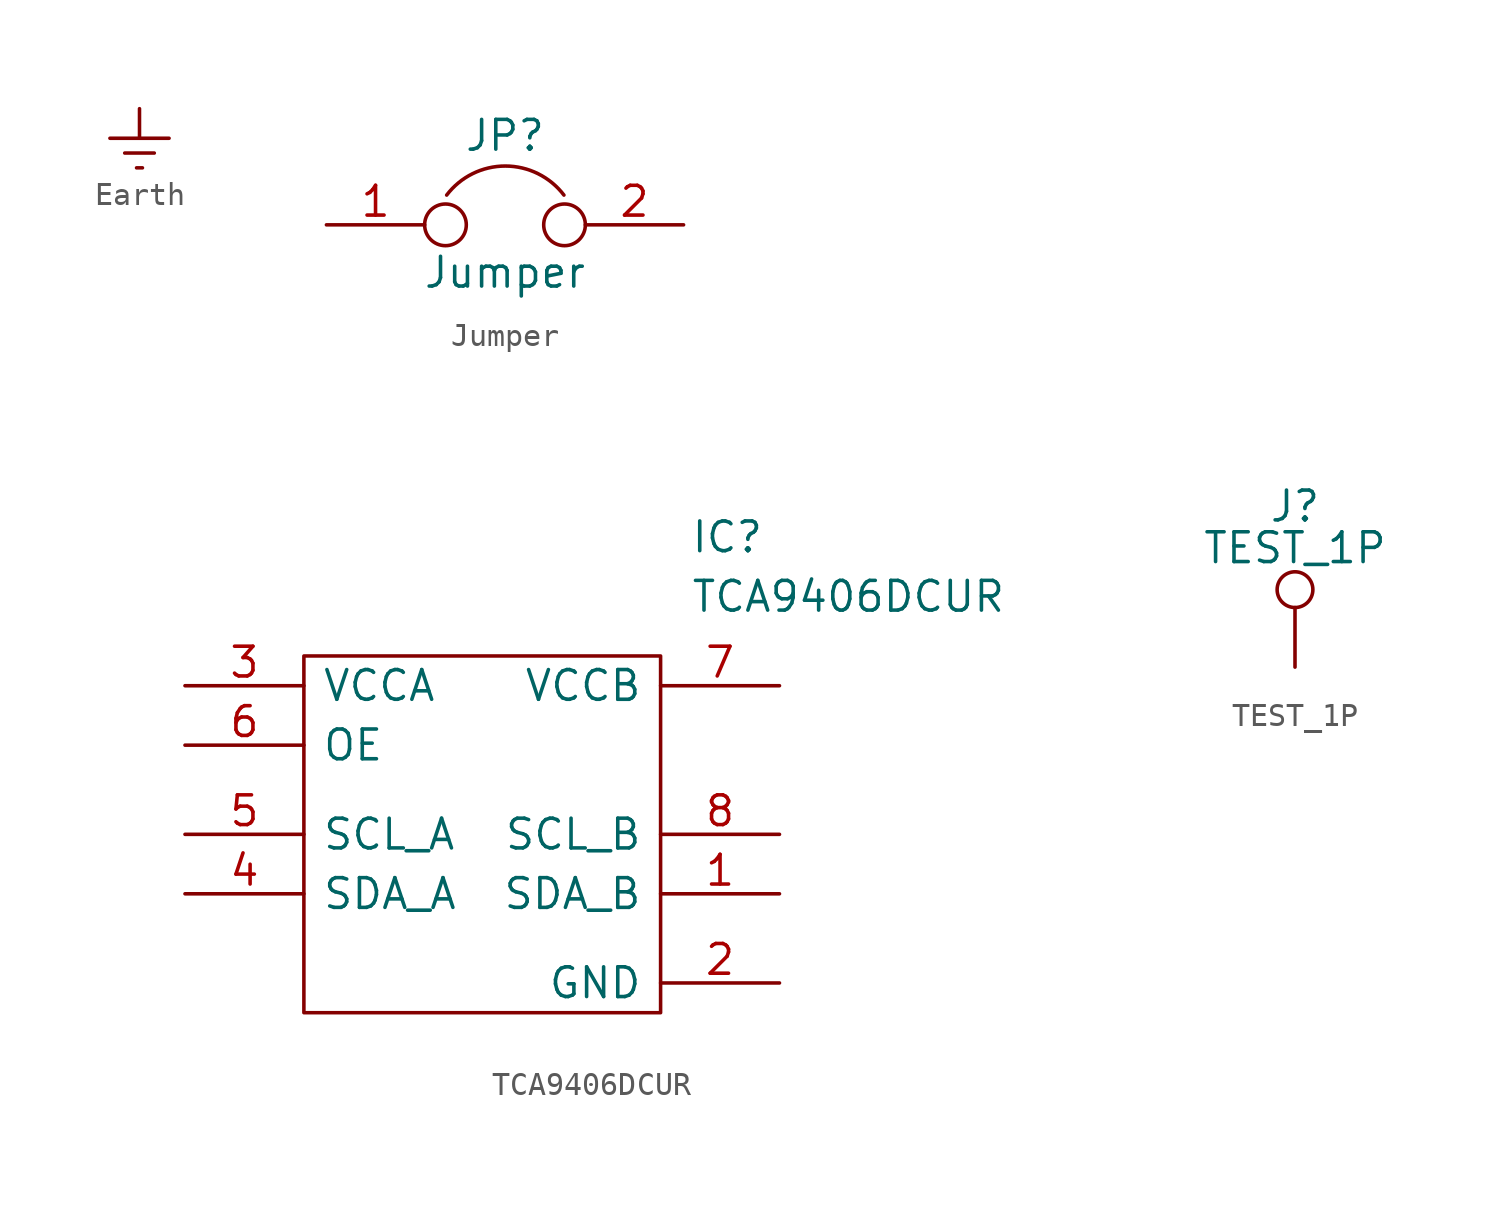
<source format=kicad_sym>
(kicad_symbol_lib
  (version 20211014)
  (generator kicad_symbol_editor)
  (symbol "Earth"
    (power)
    (pin_names
      (offset 0))
    (property "Reference" "#PWR?"
      (at 0 -6.35 0)
      (effects (font (size 1.27 1.27)) hide))
    (symbol "Earth_0_1"
      (polyline (pts (xy -0.635 -1.905) (xy 0.635 -1.905)) (stroke (width 0) (type default) (color 0 0 0 0)) (fill (type none)))
      (polyline (pts (xy -0.127 -2.54) (xy 0.127 -2.54)) (stroke (width 0) (type default) (color 0 0 0 0)) (fill (type none)))
      (polyline (pts (xy 0 -1.27) (xy 0 0)) (stroke (width 0) (type default) (color 0 0 0 0)) (fill (type none)))
      (polyline (pts (xy 1.27 -1.27) (xy -1.27 -1.27)) (stroke (width 0) (type default) (color 0 0 0 0)) (fill (type none))))
    (symbol "Earth_1_1"
      (pin power_in line (at 0 0 270) (length 0) hide (name "Earth" (effects (font (size 1.27 1.27)))) (number "1" (effects (font (size 1.27 1.27)))))))
  (symbol "Jumper"
    (pin_names
      (offset 0.762) hide)
    (property "Reference" "JP"
      (at 0 3.81 0)
      (effects (font (size 1.27 1.27))))
    (property "Value" "Jumper"
      (at 0 -2.032 0)
      (effects (font (size 1.27 1.27))))
    (symbol "Jumper_0_1"
      (circle (center -2.54 0) (radius 0.889) (stroke (width 0) (type default) (color 0 0 0 0)) (fill (type none)))
      (arc (start 2.5146 1.27) (mid 0.0078 2.5097) (end -2.4892 1.27) (stroke (width 0) (type default) (color 0 0 0 0)) (fill (type none)))
      (circle (center 2.54 0) (radius 0.889) (stroke (width 0) (type default) (color 0 0 0 0)) (fill (type none)))
      (pin passive line (at -7.62 0 0) (length 4.191) (name "1" (effects (font (size 1.27 1.27)))) (number "1" (effects (font (size 1.27 1.27)))))
      (pin passive line (at 7.62 0 180) (length 4.191) (name "2" (effects (font (size 1.27 1.27)))) (number "2" (effects (font (size 1.27 1.27)))))))
  (symbol "TCA9406DCUR"
    (pin_names
      (offset 0.762))
    (property "Reference" "IC"
      (at 26.67 7.62 0)
      (effects (font (size 1.27 1.27)) (justify left)))
    (property "Value" "TCA9406DCUR"
      (at 26.67 5.08 0)
      (effects (font (size 1.27 1.27)) (justify left)))
    (symbol "TCA9406DCUR_0_0"
      (pin passive line (at 30.48 -7.62 180) (length 5.08) (name "SDA_B" (effects (font (size 1.27 1.27)))) (number "1" (effects (font (size 1.27 1.27)))))
      (pin passive line (at 30.48 -11.43 180) (length 5.08) (name "GND" (effects (font (size 1.27 1.27)))) (number "2" (effects (font (size 1.27 1.27)))))
      (pin passive line (at 5.08 1.27 0) (length 5.08) (name "VCCA" (effects (font (size 1.27 1.27)))) (number "3" (effects (font (size 1.27 1.27)))))
      (pin passive line (at 5.08 -7.62 0) (length 5.08) (name "SDA_A" (effects (font (size 1.27 1.27)))) (number "4" (effects (font (size 1.27 1.27)))))
      (pin passive line (at 5.08 -5.08 0) (length 5.08) (name "SCL_A" (effects (font (size 1.27 1.27)))) (number "5" (effects (font (size 1.27 1.27)))))
      (pin passive line (at 5.08 -1.27 0) (length 5.08) (name "OE" (effects (font (size 1.27 1.27)))) (number "6" (effects (font (size 1.27 1.27)))))
      (pin passive line (at 30.48 1.27 180) (length 5.08) (name "VCCB" (effects (font (size 1.27 1.27)))) (number "7" (effects (font (size 1.27 1.27)))))
      (pin passive line (at 30.48 -5.08 180) (length 5.08) (name "SCL_B" (effects (font (size 1.27 1.27)))) (number "8" (effects (font (size 1.27 1.27))))))
    (symbol "TCA9406DCUR_0_1"
      (polyline (pts (xy 10.16 2.54) (xy 25.4 2.54) (xy 25.4 -12.7) (xy 15.24 -12.7) (xy 10.16 -12.7) (xy 10.16 2.54)) (stroke (width 0.152) (type default) (color 0 0 0 0)) (fill (type none)))))
  (symbol "TEST_1P"
    (pin_numbers hide)
    (pin_names
      (offset 0.762) hide)
    (property "Reference" "J"
      (at 0 6.858 0)
      (effects (font (size 1.27 1.27))))
    (property "Value" "TEST_1P"
      (at 0 5.08 0)
      (effects (font (size 1.27 1.27))))
    (symbol "TEST_1P_0_1"
      (circle (center 0 3.302) (radius 0.762) (stroke (width 0) (type default) (color 0 0 0 0)) (fill (type none))))
    (symbol "TEST_1P_1_1"
      (pin passive line (at 0 0 90) (length 2.54) (name "1" (effects (font (size 1.27 1.27)))) (number "1" (effects (font (size 1.27 1.27))))))))
</source>
